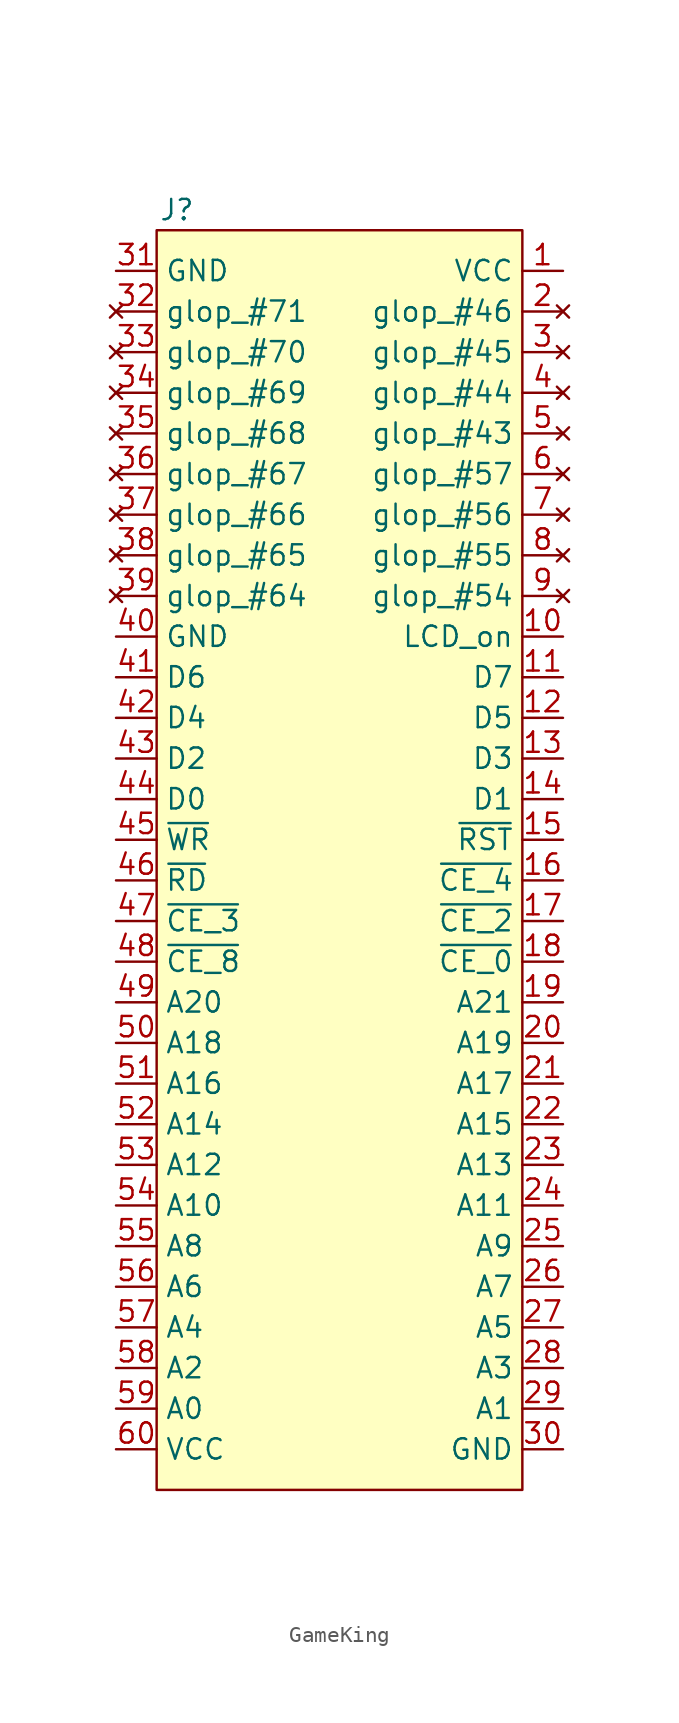
<source format=kicad_sym>
(kicad_symbol_lib
  (version 20220914)
  (generator kicad_symbol_editor)
  (symbol "GameKing"
    (property "Reference" "J"
      (at -10.16 40.64 0)
      (effects (font (size 1.27 1.27))))
    (property "Value" ""
      (at 5.08 25.4 0)
      (effects (font (size 1.27 1.27))))
    (symbol "GameKing_1_1"
      (rectangle (start -11.43 39.37) (end 11.43 -39.37) (stroke (width 0) (type default)) (fill (type background)))
      (pin power_out line (at 13.97 36.83 180) (length 2.54) (name "VCC" (effects (font (size 1.27 1.27)))) (number "1" (effects (font (size 1.27 1.27)))))
      (pin power_in line (at 13.97 13.97 180) (length 2.54) (name "LCD_on" (effects (font (size 1.27 1.27)))) (number "10" (effects (font (size 1.27 1.27)))))
      (pin bidirectional line (at 13.97 11.43 180) (length 2.54) (name "D7" (effects (font (size 1.27 1.27)))) (number "11" (effects (font (size 1.27 1.27)))))
      (pin bidirectional line (at 13.97 8.89 180) (length 2.54) (name "D5" (effects (font (size 1.27 1.27)))) (number "12" (effects (font (size 1.27 1.27)))))
      (pin bidirectional line (at 13.97 6.35 180) (length 2.54) (name "D3" (effects (font (size 1.27 1.27)))) (number "13" (effects (font (size 1.27 1.27)))))
      (pin bidirectional line (at 13.97 3.81 180) (length 2.54) (name "D1" (effects (font (size 1.27 1.27)))) (number "14" (effects (font (size 1.27 1.27)))))
      (pin input line (at 13.97 1.27 180) (length 2.54) (name "~{RST}" (effects (font (size 1.27 1.27)))) (number "15" (effects (font (size 1.27 1.27)))))
      (pin output line (at 13.97 -1.27 180) (length 2.54) (name "~{CE_4}" (effects (font (size 1.27 1.27)))) (number "16" (effects (font (size 1.27 1.27)))))
      (pin output line (at 13.97 -3.81 180) (length 2.54) (name "~{CE_2}" (effects (font (size 1.27 1.27)))) (number "17" (effects (font (size 1.27 1.27)))))
      (pin output line (at 13.97 -6.35 180) (length 2.54) (name "~{CE_0}" (effects (font (size 1.27 1.27)))) (number "18" (effects (font (size 1.27 1.27)))))
      (pin output line (at 13.97 -8.89 180) (length 2.54) (name "A21" (effects (font (size 1.27 1.27)))) (number "19" (effects (font (size 1.27 1.27)))))
      (pin no_connect line (at 13.97 34.29 180) (length 2.54) (name "glop_#46" (effects (font (size 1.27 1.27)))) (number "2" (effects (font (size 1.27 1.27)))))
      (pin output line (at 13.97 -11.43 180) (length 2.54) (name "A19" (effects (font (size 1.27 1.27)))) (number "20" (effects (font (size 1.27 1.27)))))
      (pin output line (at 13.97 -13.97 180) (length 2.54) (name "A17" (effects (font (size 1.27 1.27)))) (number "21" (effects (font (size 1.27 1.27)))))
      (pin output line (at 13.97 -16.51 180) (length 2.54) (name "A15" (effects (font (size 1.27 1.27)))) (number "22" (effects (font (size 1.27 1.27)))))
      (pin output line (at 13.97 -19.05 180) (length 2.54) (name "A13" (effects (font (size 1.27 1.27)))) (number "23" (effects (font (size 1.27 1.27)))))
      (pin output line (at 13.97 -21.59 180) (length 2.54) (name "A11" (effects (font (size 1.27 1.27)))) (number "24" (effects (font (size 1.27 1.27)))))
      (pin output line (at 13.97 -24.13 180) (length 2.54) (name "A9" (effects (font (size 1.27 1.27)))) (number "25" (effects (font (size 1.27 1.27)))))
      (pin output line (at 13.97 -26.67 180) (length 2.54) (name "A7" (effects (font (size 1.27 1.27)))) (number "26" (effects (font (size 1.27 1.27)))))
      (pin output line (at 13.97 -29.21 180) (length 2.54) (name "A5" (effects (font (size 1.27 1.27)))) (number "27" (effects (font (size 1.27 1.27)))))
      (pin output line (at 13.97 -31.75 180) (length 2.54) (name "A3" (effects (font (size 1.27 1.27)))) (number "28" (effects (font (size 1.27 1.27)))))
      (pin output line (at 13.97 -34.29 180) (length 2.54) (name "A1" (effects (font (size 1.27 1.27)))) (number "29" (effects (font (size 1.27 1.27)))))
      (pin no_connect line (at 13.97 31.75 180) (length 2.54) (name "glop_#45" (effects (font (size 1.27 1.27)))) (number "3" (effects (font (size 1.27 1.27)))))
      (pin power_out line (at 13.97 -36.83 180) (length 2.54) (name "GND" (effects (font (size 1.27 1.27)))) (number "30" (effects (font (size 1.27 1.27)))))
      (pin power_in line (at -13.97 36.83 0) (length 2.54) (name "GND" (effects (font (size 1.27 1.27)))) (number "31" (effects (font (size 1.27 1.27)))))
      (pin no_connect line (at -13.97 34.29 0) (length 2.54) (name "glop_#71" (effects (font (size 1.27 1.27)))) (number "32" (effects (font (size 1.27 1.27)))))
      (pin no_connect line (at -13.97 31.75 0) (length 2.54) (name "glop_#70" (effects (font (size 1.27 1.27)))) (number "33" (effects (font (size 1.27 1.27)))))
      (pin no_connect line (at -13.97 29.21 0) (length 2.54) (name "glop_#69" (effects (font (size 1.27 1.27)))) (number "34" (effects (font (size 1.27 1.27)))))
      (pin no_connect line (at -13.97 26.67 0) (length 2.54) (name "glop_#68" (effects (font (size 1.27 1.27)))) (number "35" (effects (font (size 1.27 1.27)))))
      (pin no_connect line (at -13.97 24.13 0) (length 2.54) (name "glop_#67" (effects (font (size 1.27 1.27)))) (number "36" (effects (font (size 1.27 1.27)))))
      (pin no_connect line (at -13.97 21.59 0) (length 2.54) (name "glop_#66" (effects (font (size 1.27 1.27)))) (number "37" (effects (font (size 1.27 1.27)))))
      (pin no_connect line (at -13.97 19.05 0) (length 2.54) (name "glop_#65" (effects (font (size 1.27 1.27)))) (number "38" (effects (font (size 1.27 1.27)))))
      (pin no_connect line (at -13.97 16.51 0) (length 2.54) (name "glop_#64" (effects (font (size 1.27 1.27)))) (number "39" (effects (font (size 1.27 1.27)))))
      (pin no_connect line (at 13.97 29.21 180) (length 2.54) (name "glop_#44" (effects (font (size 1.27 1.27)))) (number "4" (effects (font (size 1.27 1.27)))))
      (pin power_in line (at -13.97 13.97 0) (length 2.54) (name "GND" (effects (font (size 1.27 1.27)))) (number "40" (effects (font (size 1.27 1.27)))))
      (pin bidirectional line (at -13.97 11.43 0) (length 2.54) (name "D6" (effects (font (size 1.27 1.27)))) (number "41" (effects (font (size 1.27 1.27)))))
      (pin bidirectional line (at -13.97 8.89 0) (length 2.54) (name "D4" (effects (font (size 1.27 1.27)))) (number "42" (effects (font (size 1.27 1.27)))))
      (pin bidirectional line (at -13.97 6.35 0) (length 2.54) (name "D2" (effects (font (size 1.27 1.27)))) (number "43" (effects (font (size 1.27 1.27)))))
      (pin bidirectional line (at -13.97 3.81 0) (length 2.54) (name "D0" (effects (font (size 1.27 1.27)))) (number "44" (effects (font (size 1.27 1.27)))))
      (pin output line (at -13.97 1.27 0) (length 2.54) (name "~{WR}" (effects (font (size 1.27 1.27)))) (number "45" (effects (font (size 1.27 1.27)))))
      (pin output line (at -13.97 -1.27 0) (length 2.54) (name "~{RD}" (effects (font (size 1.27 1.27)))) (number "46" (effects (font (size 1.27 1.27)))))
      (pin output line (at -13.97 -3.81 0) (length 2.54) (name "~{CE_3}" (effects (font (size 1.27 1.27)))) (number "47" (effects (font (size 1.27 1.27)))))
      (pin output line (at -13.97 -6.35 0) (length 2.54) (name "~{CE_8}" (effects (font (size 1.27 1.27)))) (number "48" (effects (font (size 1.27 1.27)))))
      (pin output line (at -13.97 -8.89 0) (length 2.54) (name "A20" (effects (font (size 1.27 1.27)))) (number "49" (effects (font (size 1.27 1.27)))))
      (pin no_connect line (at 13.97 26.67 180) (length 2.54) (name "glop_#43" (effects (font (size 1.27 1.27)))) (number "5" (effects (font (size 1.27 1.27)))))
      (pin output line (at -13.97 -11.43 0) (length 2.54) (name "A18" (effects (font (size 1.27 1.27)))) (number "50" (effects (font (size 1.27 1.27)))))
      (pin output line (at -13.97 -13.97 0) (length 2.54) (name "A16" (effects (font (size 1.27 1.27)))) (number "51" (effects (font (size 1.27 1.27)))))
      (pin output line (at -13.97 -16.51 0) (length 2.54) (name "A14" (effects (font (size 1.27 1.27)))) (number "52" (effects (font (size 1.27 1.27)))))
      (pin output line (at -13.97 -19.05 0) (length 2.54) (name "A12" (effects (font (size 1.27 1.27)))) (number "53" (effects (font (size 1.27 1.27)))))
      (pin output line (at -13.97 -21.59 0) (length 2.54) (name "A10" (effects (font (size 1.27 1.27)))) (number "54" (effects (font (size 1.27 1.27)))))
      (pin output line (at -13.97 -24.13 0) (length 2.54) (name "A8" (effects (font (size 1.27 1.27)))) (number "55" (effects (font (size 1.27 1.27)))))
      (pin output line (at -13.97 -26.67 0) (length 2.54) (name "A6" (effects (font (size 1.27 1.27)))) (number "56" (effects (font (size 1.27 1.27)))))
      (pin output line (at -13.97 -29.21 0) (length 2.54) (name "A4" (effects (font (size 1.27 1.27)))) (number "57" (effects (font (size 1.27 1.27)))))
      (pin output line (at -13.97 -31.75 0) (length 2.54) (name "A2" (effects (font (size 1.27 1.27)))) (number "58" (effects (font (size 1.27 1.27)))))
      (pin output line (at -13.97 -34.29 0) (length 2.54) (name "A0" (effects (font (size 1.27 1.27)))) (number "59" (effects (font (size 1.27 1.27)))))
      (pin no_connect line (at 13.97 24.13 180) (length 2.54) (name "glop_#57" (effects (font (size 1.27 1.27)))) (number "6" (effects (font (size 1.27 1.27)))))
      (pin power_in line (at -13.97 -36.83 0) (length 2.54) (name "VCC" (effects (font (size 1.27 1.27)))) (number "60" (effects (font (size 1.27 1.27)))))
      (pin no_connect line (at 13.97 21.59 180) (length 2.54) (name "glop_#56" (effects (font (size 1.27 1.27)))) (number "7" (effects (font (size 1.27 1.27)))))
      (pin no_connect line (at 13.97 19.05 180) (length 2.54) (name "glop_#55" (effects (font (size 1.27 1.27)))) (number "8" (effects (font (size 1.27 1.27)))))
      (pin no_connect line (at 13.97 16.51 180) (length 2.54) (name "glop_#54" (effects (font (size 1.27 1.27)))) (number "9" (effects (font (size 1.27 1.27))))))))
</source>
